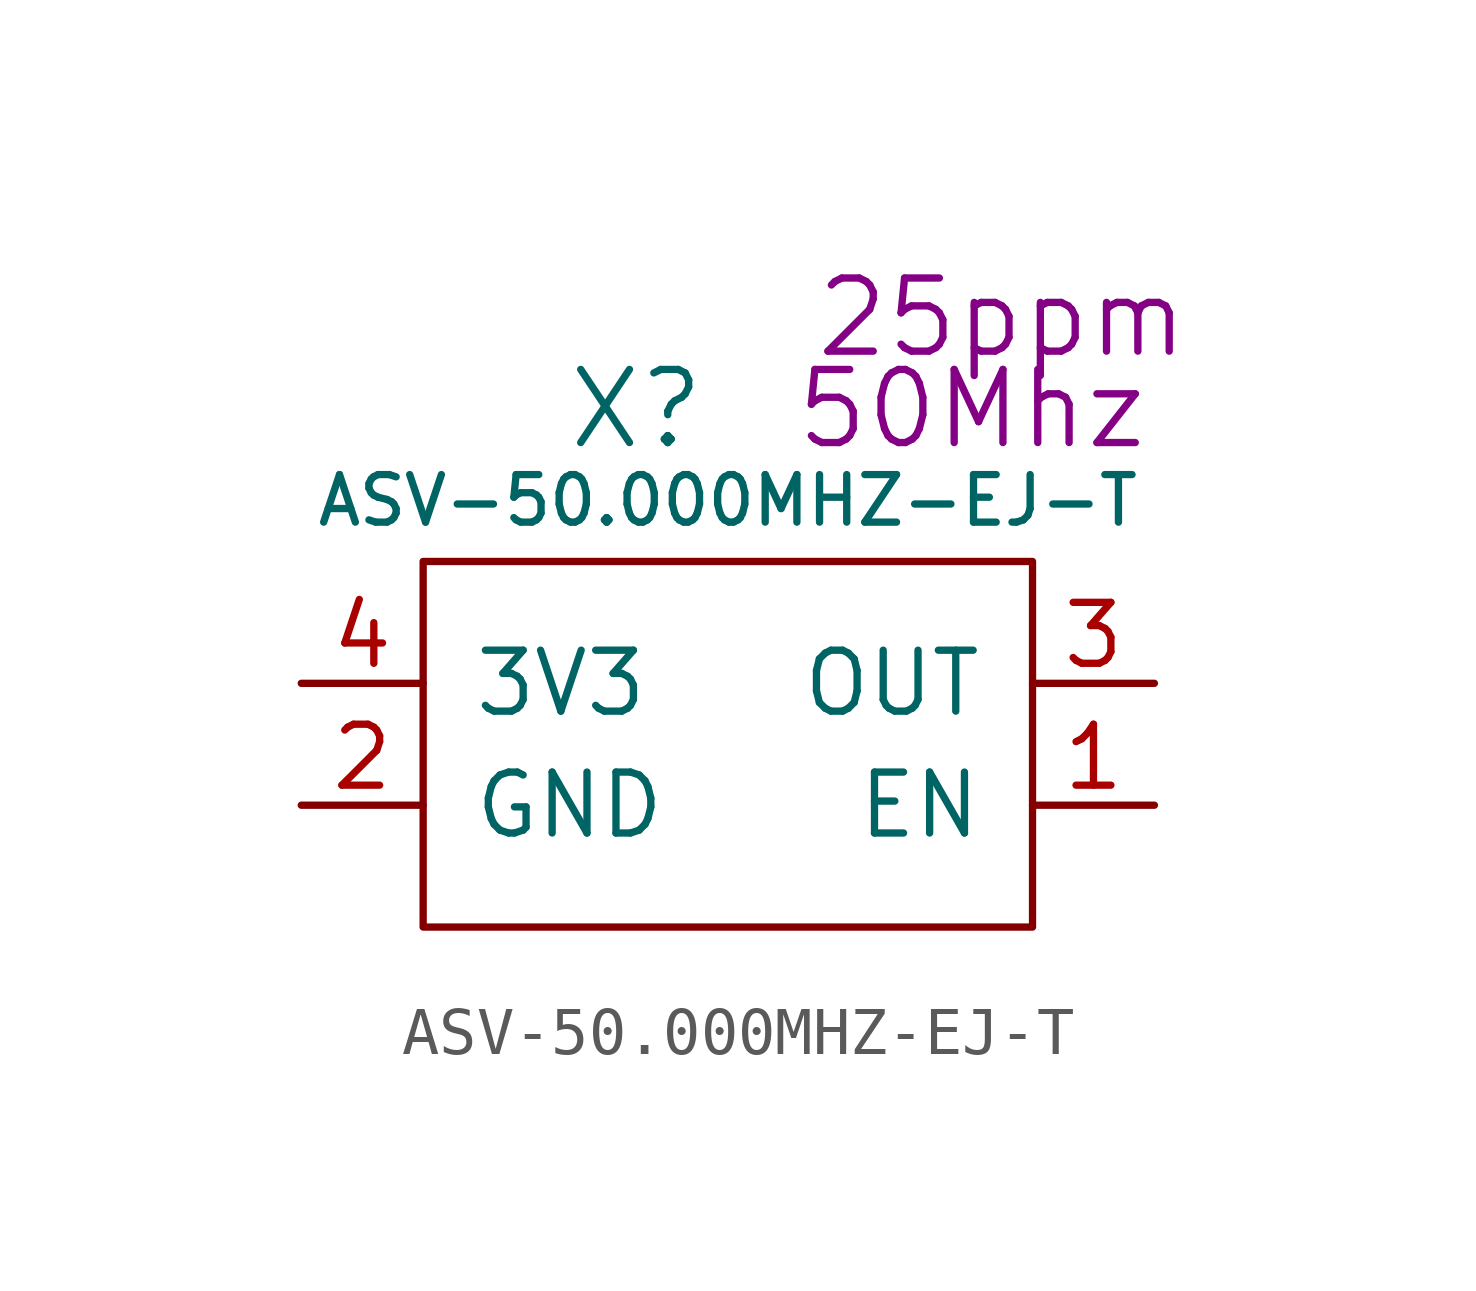
<source format=kicad_sym>
(kicad_symbol_lib
  (version 20220914)
  (generator kicad_symbol_editor)
  (symbol "ASV-50.000MHZ-EJ-T"
    (pin_names
      (offset 1.016))
    (property "Reference" "X"
      (at 4.445 10.795 0)
      (effects (font (size 1.524 1.524))))
    (property "Value" "ASV-50.000MHZ-EJ-T"
      (at 6.35 8.89 0)
      (effects (font (size 0.991 0.991))))
    (property "Freq" "50Mhz"
      (at 11.43 10.795 0)
      (effects (font (size 1.524 1.524))))
    (property "Tolerance" "25ppm"
      (at 12.065 12.7 0)
      (effects (font (size 1.524 1.524))))
    (symbol "ASV-50.000MHZ-EJ-T_0_0"
      (rectangle (start 0 0) (end 12.7 7.62) (stroke (width 0) (type solid)) (fill (type none))))
    (symbol "ASV-50.000MHZ-EJ-T_1_1"
      (pin input line (at 15.24 2.54 180) (length 2.54) (name "EN" (effects (font (size 1.27 1.27)))) (number "1" (effects (font (size 1.27 1.27)))))
      (pin power_in line (at -2.54 2.54 0) (length 2.54) (name "GND" (effects (font (size 1.27 1.27)))) (number "2" (effects (font (size 1.27 1.27)))))
      (pin output line (at 15.24 5.08 180) (length 2.54) (name "OUT" (effects (font (size 1.27 1.27)))) (number "3" (effects (font (size 1.27 1.27)))))
      (pin power_in line (at -2.54 5.08 0) (length 2.54) (name "3V3" (effects (font (size 1.27 1.27)))) (number "4" (effects (font (size 1.27 1.27))))))))
</source>
